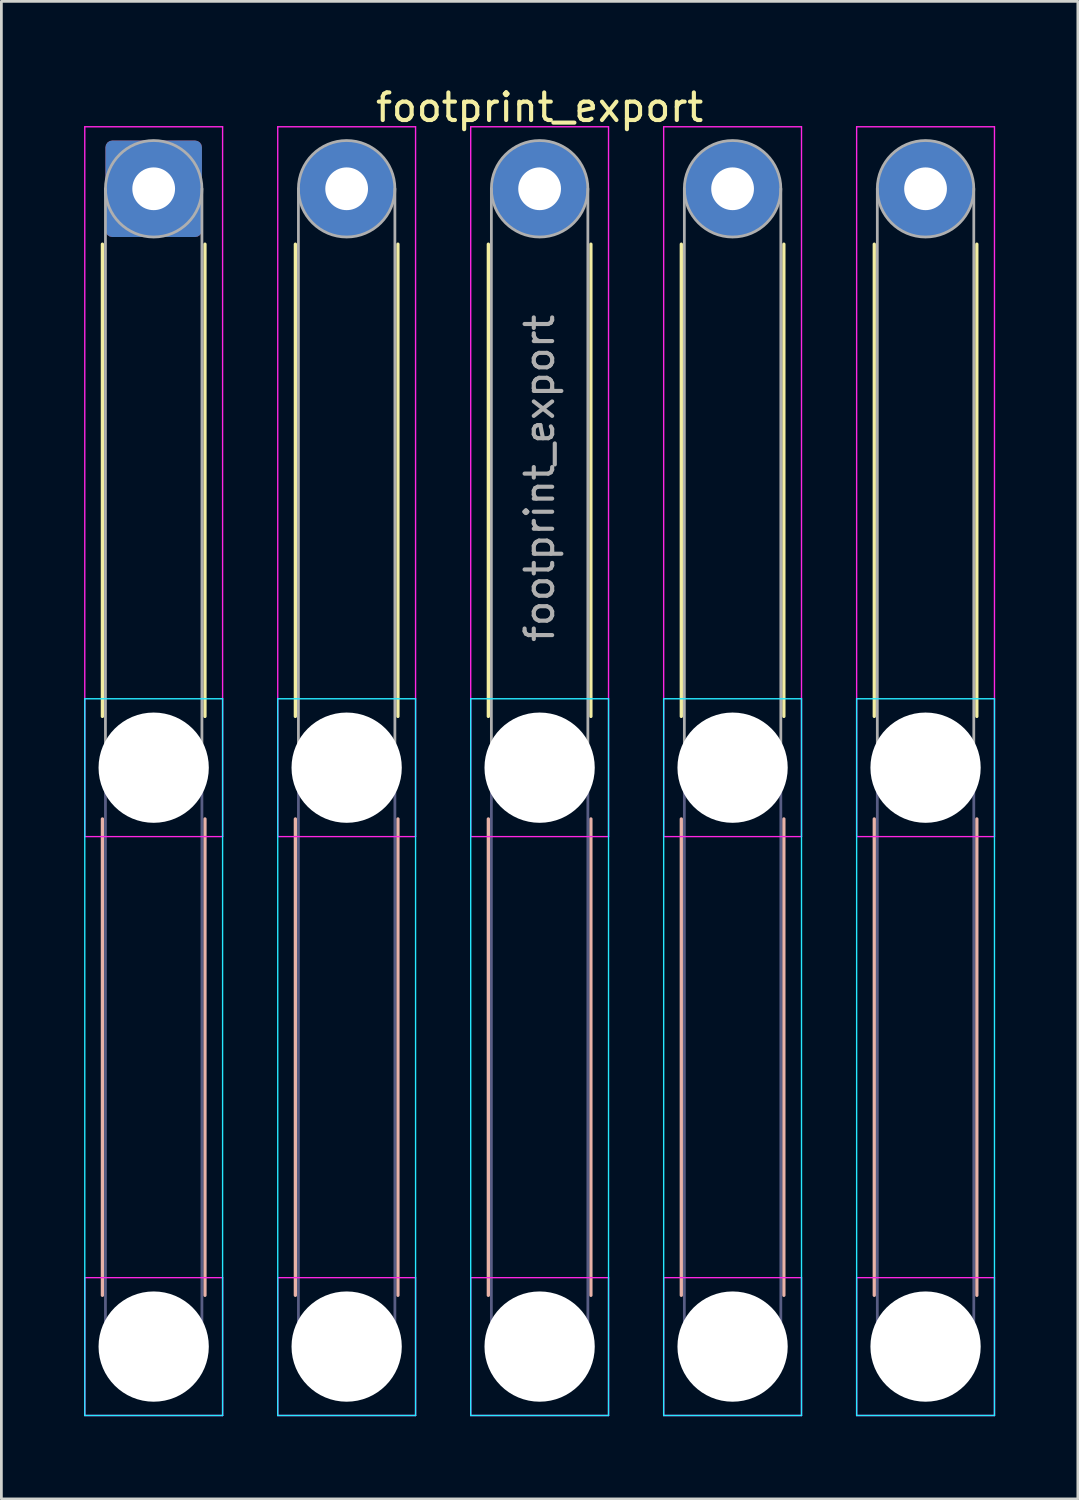
<source format=kicad_pcb>
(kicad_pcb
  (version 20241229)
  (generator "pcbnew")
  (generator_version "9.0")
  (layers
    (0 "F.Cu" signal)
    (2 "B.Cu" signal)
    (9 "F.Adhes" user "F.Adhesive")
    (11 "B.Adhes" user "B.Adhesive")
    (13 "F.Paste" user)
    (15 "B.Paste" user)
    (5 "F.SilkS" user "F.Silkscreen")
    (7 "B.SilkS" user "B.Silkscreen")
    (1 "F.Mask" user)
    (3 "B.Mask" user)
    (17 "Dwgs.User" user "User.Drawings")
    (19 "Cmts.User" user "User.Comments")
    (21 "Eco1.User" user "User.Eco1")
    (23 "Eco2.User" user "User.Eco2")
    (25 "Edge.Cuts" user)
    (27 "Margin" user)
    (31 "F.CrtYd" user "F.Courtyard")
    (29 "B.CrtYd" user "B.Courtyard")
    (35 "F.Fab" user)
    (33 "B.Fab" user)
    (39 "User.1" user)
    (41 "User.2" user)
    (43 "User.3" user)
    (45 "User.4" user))
  (footprint "footprint_export"
    (layer "F.Cu")
    (at 2.525 3.798)
    (property "Reference" "footprint_export" (at 14 -2.95 0) (layer "F.SilkS") (effects (font (size 1 1) (thickness 0.15))))
    (attr exclude_from_pos_files exclude_from_bom)
    (fp_line (start -1.86 2.01) (end -1.86 19.14) (stroke (width 0.12) (type solid)) (layer "F.SilkS"))
    (fp_line (start 1.86 2.01) (end 1.86 19.14) (stroke (width 0.12) (type solid)) (layer "F.SilkS"))
    (fp_line (start 5.14 2.01) (end 5.14 19.14) (stroke (width 0.12) (type solid)) (layer "F.SilkS"))
    (fp_line (start 8.86 2.01) (end 8.86 19.14) (stroke (width 0.12) (type solid)) (layer "F.SilkS"))
    (fp_line (start 12.14 2.01) (end 12.14 19.14) (stroke (width 0.12) (type solid)) (layer "F.SilkS"))
    (fp_line (start 15.86 2.01) (end 15.86 19.14) (stroke (width 0.12) (type solid)) (layer "F.SilkS"))
    (fp_line (start 19.14 2.01) (end 19.14 19.14) (stroke (width 0.12) (type solid)) (layer "F.SilkS"))
    (fp_line (start 22.86 2.01) (end 22.86 19.14) (stroke (width 0.12) (type solid)) (layer "F.SilkS"))
    (fp_line (start 26.14 2.01) (end 26.14 19.14) (stroke (width 0.12) (type solid)) (layer "F.SilkS"))
    (fp_line (start 29.86 2.01) (end 29.86 19.14) (stroke (width 0.12) (type solid)) (layer "F.SilkS"))
    (fp_line (start -1.86 22.86) (end -1.86 40.14) (stroke (width 0.12) (type solid)) (layer "B.SilkS"))
    (fp_line (start 1.86 22.86) (end 1.86 40.14) (stroke (width 0.12) (type solid)) (layer "B.SilkS"))
    (fp_line (start 5.14 22.86) (end 5.14 40.14) (stroke (width 0.12) (type solid)) (layer "B.SilkS"))
    (fp_line (start 8.86 22.86) (end 8.86 40.14) (stroke (width 0.12) (type solid)) (layer "B.SilkS"))
    (fp_line (start 12.14 22.86) (end 12.14 40.14) (stroke (width 0.12) (type solid)) (layer "B.SilkS"))
    (fp_line (start 15.86 22.86) (end 15.86 40.14) (stroke (width 0.12) (type solid)) (layer "B.SilkS"))
    (fp_line (start 19.14 22.86) (end 19.14 40.14) (stroke (width 0.12) (type solid)) (layer "B.SilkS"))
    (fp_line (start 22.86 22.86) (end 22.86 40.14) (stroke (width 0.12) (type solid)) (layer "B.SilkS"))
    (fp_line (start 26.14 22.86) (end 26.14 40.14) (stroke (width 0.12) (type solid)) (layer "B.SilkS"))
    (fp_line (start 29.86 22.86) (end 29.86 40.14) (stroke (width 0.12) (type solid)) (layer "B.SilkS"))
    (fp_line (start -2.5 18.5) (end -2.5 44.5) (stroke (width 0.05) (type solid)) (layer "B.CrtYd"))
    (fp_line (start -2.5 44.5) (end 2.5 44.5) (stroke (width 0.05) (type solid)) (layer "B.CrtYd"))
    (fp_line (start 2.5 18.5) (end -2.5 18.5) (stroke (width 0.05) (type solid)) (layer "B.CrtYd"))
    (fp_line (start 2.5 44.5) (end 2.5 18.5) (stroke (width 0.05) (type solid)) (layer "B.CrtYd"))
    (fp_line (start 4.5 18.5) (end 4.5 44.5) (stroke (width 0.05) (type solid)) (layer "B.CrtYd"))
    (fp_line (start 4.5 44.5) (end 9.5 44.5) (stroke (width 0.05) (type solid)) (layer "B.CrtYd"))
    (fp_line (start 9.5 18.5) (end 4.5 18.5) (stroke (width 0.05) (type solid)) (layer "B.CrtYd"))
    (fp_line (start 9.5 44.5) (end 9.5 18.5) (stroke (width 0.05) (type solid)) (layer "B.CrtYd"))
    (fp_line (start 11.5 18.5) (end 11.5 44.5) (stroke (width 0.05) (type solid)) (layer "B.CrtYd"))
    (fp_line (start 11.5 44.5) (end 16.5 44.5) (stroke (width 0.05) (type solid)) (layer "B.CrtYd"))
    (fp_line (start 16.5 18.5) (end 11.5 18.5) (stroke (width 0.05) (type solid)) (layer "B.CrtYd"))
    (fp_line (start 16.5 44.5) (end 16.5 18.5) (stroke (width 0.05) (type solid)) (layer "B.CrtYd"))
    (fp_line (start 18.5 18.5) (end 18.5 44.5) (stroke (width 0.05) (type solid)) (layer "B.CrtYd"))
    (fp_line (start 18.5 44.5) (end 23.5 44.5) (stroke (width 0.05) (type solid)) (layer "B.CrtYd"))
    (fp_line (start 23.5 18.5) (end 18.5 18.5) (stroke (width 0.05) (type solid)) (layer "B.CrtYd"))
    (fp_line (start 23.5 44.5) (end 23.5 18.5) (stroke (width 0.05) (type solid)) (layer "B.CrtYd"))
    (fp_line (start 25.5 18.5) (end 25.5 44.5) (stroke (width 0.05) (type solid)) (layer "B.CrtYd"))
    (fp_line (start 25.5 44.5) (end 30.5 44.5) (stroke (width 0.05) (type solid)) (layer "B.CrtYd"))
    (fp_line (start 30.5 18.5) (end 25.5 18.5) (stroke (width 0.05) (type solid)) (layer "B.CrtYd"))
    (fp_line (start 30.5 44.5) (end 30.5 18.5) (stroke (width 0.05) (type solid)) (layer "B.CrtYd"))
    (fp_line (start -2.5 -2.25) (end -2.5 23.5) (stroke (width 0.05) (type solid)) (layer "F.CrtYd"))
    (fp_line (start -2.5 23.5) (end 2.5 23.5) (stroke (width 0.05) (type solid)) (layer "F.CrtYd"))
    (fp_line (start -2.5 39.5) (end -2.5 44.5) (stroke (width 0.05) (type solid)) (layer "F.CrtYd"))
    (fp_line (start -2.5 44.5) (end 2.5 44.5) (stroke (width 0.05) (type solid)) (layer "F.CrtYd"))
    (fp_line (start 2.5 -2.25) (end -2.5 -2.25) (stroke (width 0.05) (type solid)) (layer "F.CrtYd"))
    (fp_line (start 2.5 23.5) (end 2.5 -2.25) (stroke (width 0.05) (type solid)) (layer "F.CrtYd"))
    (fp_line (start 2.5 39.5) (end -2.5 39.5) (stroke (width 0.05) (type solid)) (layer "F.CrtYd"))
    (fp_line (start 2.5 44.5) (end 2.5 39.5) (stroke (width 0.05) (type solid)) (layer "F.CrtYd"))
    (fp_line (start 4.5 -2.25) (end 4.5 23.5) (stroke (width 0.05) (type solid)) (layer "F.CrtYd"))
    (fp_line (start 4.5 23.5) (end 9.5 23.5) (stroke (width 0.05) (type solid)) (layer "F.CrtYd"))
    (fp_line (start 4.5 39.5) (end 4.5 44.5) (stroke (width 0.05) (type solid)) (layer "F.CrtYd"))
    (fp_line (start 4.5 44.5) (end 9.5 44.5) (stroke (width 0.05) (type solid)) (layer "F.CrtYd"))
    (fp_line (start 9.5 -2.25) (end 4.5 -2.25) (stroke (width 0.05) (type solid)) (layer "F.CrtYd"))
    (fp_line (start 9.5 23.5) (end 9.5 -2.25) (stroke (width 0.05) (type solid)) (layer "F.CrtYd"))
    (fp_line (start 9.5 39.5) (end 4.5 39.5) (stroke (width 0.05) (type solid)) (layer "F.CrtYd"))
    (fp_line (start 9.5 44.5) (end 9.5 39.5) (stroke (width 0.05) (type solid)) (layer "F.CrtYd"))
    (fp_line (start 11.5 -2.25) (end 11.5 23.5) (stroke (width 0.05) (type solid)) (layer "F.CrtYd"))
    (fp_line (start 11.5 23.5) (end 16.5 23.5) (stroke (width 0.05) (type solid)) (layer "F.CrtYd"))
    (fp_line (start 11.5 39.5) (end 11.5 44.5) (stroke (width 0.05) (type solid)) (layer "F.CrtYd"))
    (fp_line (start 11.5 44.5) (end 16.5 44.5) (stroke (width 0.05) (type solid)) (layer "F.CrtYd"))
    (fp_line (start 16.5 -2.25) (end 11.5 -2.25) (stroke (width 0.05) (type solid)) (layer "F.CrtYd"))
    (fp_line (start 16.5 23.5) (end 16.5 -2.25) (stroke (width 0.05) (type solid)) (layer "F.CrtYd"))
    (fp_line (start 16.5 39.5) (end 11.5 39.5) (stroke (width 0.05) (type solid)) (layer "F.CrtYd"))
    (fp_line (start 16.5 44.5) (end 16.5 39.5) (stroke (width 0.05) (type solid)) (layer "F.CrtYd"))
    (fp_line (start 18.5 -2.25) (end 18.5 23.5) (stroke (width 0.05) (type solid)) (layer "F.CrtYd"))
    (fp_line (start 18.5 23.5) (end 23.5 23.5) (stroke (width 0.05) (type solid)) (layer "F.CrtYd"))
    (fp_line (start 18.5 39.5) (end 18.5 44.5) (stroke (width 0.05) (type solid)) (layer "F.CrtYd"))
    (fp_line (start 18.5 44.5) (end 23.5 44.5) (stroke (width 0.05) (type solid)) (layer "F.CrtYd"))
    (fp_line (start 23.5 -2.25) (end 18.5 -2.25) (stroke (width 0.05) (type solid)) (layer "F.CrtYd"))
    (fp_line (start 23.5 23.5) (end 23.5 -2.25) (stroke (width 0.05) (type solid)) (layer "F.CrtYd"))
    (fp_line (start 23.5 39.5) (end 18.5 39.5) (stroke (width 0.05) (type solid)) (layer "F.CrtYd"))
    (fp_line (start 23.5 44.5) (end 23.5 39.5) (stroke (width 0.05) (type solid)) (layer "F.CrtYd"))
    (fp_line (start 25.5 -2.25) (end 25.5 23.5) (stroke (width 0.05) (type solid)) (layer "F.CrtYd"))
    (fp_line (start 25.5 23.5) (end 30.5 23.5) (stroke (width 0.05) (type solid)) (layer "F.CrtYd"))
    (fp_line (start 25.5 39.5) (end 25.5 44.5) (stroke (width 0.05) (type solid)) (layer "F.CrtYd"))
    (fp_line (start 25.5 44.5) (end 30.5 44.5) (stroke (width 0.05) (type solid)) (layer "F.CrtYd"))
    (fp_line (start 30.5 -2.25) (end 25.5 -2.25) (stroke (width 0.05) (type solid)) (layer "F.CrtYd"))
    (fp_line (start 30.5 23.5) (end 30.5 -2.25) (stroke (width 0.05) (type solid)) (layer "F.CrtYd"))
    (fp_line (start 30.5 39.5) (end 25.5 39.5) (stroke (width 0.05) (type solid)) (layer "F.CrtYd"))
    (fp_line (start 30.5 44.5) (end 30.5 39.5) (stroke (width 0.05) (type solid)) (layer "F.CrtYd"))
    (fp_line (start -1.75 21) (end -1.75 42) (stroke (width 0.1) (type solid)) (layer "B.Fab"))
    (fp_line (start 1.75 21) (end 1.75 42) (stroke (width 0.1) (type solid)) (layer "B.Fab"))
    (fp_line (start 5.25 21) (end 5.25 42) (stroke (width 0.1) (type solid)) (layer "B.Fab"))
    (fp_line (start 8.75 21) (end 8.75 42) (stroke (width 0.1) (type solid)) (layer "B.Fab"))
    (fp_line (start 12.25 21) (end 12.25 42) (stroke (width 0.1) (type solid)) (layer "B.Fab"))
    (fp_line (start 15.75 21) (end 15.75 42) (stroke (width 0.1) (type solid)) (layer "B.Fab"))
    (fp_line (start 19.25 21) (end 19.25 42) (stroke (width 0.1) (type solid)) (layer "B.Fab"))
    (fp_line (start 22.75 21) (end 22.75 42) (stroke (width 0.1) (type solid)) (layer "B.Fab"))
    (fp_line (start 26.25 21) (end 26.25 42) (stroke (width 0.1) (type solid)) (layer "B.Fab"))
    (fp_line (start 29.75 21) (end 29.75 42) (stroke (width 0.1) (type solid)) (layer "B.Fab"))
    (fp_circle (center 0 21) (end 1.75 21) (stroke (width 0.1) (type solid)) (fill no) (layer "B.Fab"))
    (fp_circle (center 0 42) (end 1.75 42) (stroke (width 0.1) (type solid)) (fill no) (layer "B.Fab"))
    (fp_circle (center 7 21) (end 8.75 21) (stroke (width 0.1) (type solid)) (fill no) (layer "B.Fab"))
    (fp_circle (center 7 42) (end 8.75 42) (stroke (width 0.1) (type solid)) (fill no) (layer "B.Fab"))
    (fp_circle (center 14 21) (end 15.75 21) (stroke (width 0.1) (type solid)) (fill no) (layer "B.Fab"))
    (fp_circle (center 14 42) (end 15.75 42) (stroke (width 0.1) (type solid)) (fill no) (layer "B.Fab"))
    (fp_circle (center 21 21) (end 22.75 21) (stroke (width 0.1) (type solid)) (fill no) (layer "B.Fab"))
    (fp_circle (center 21 42) (end 22.75 42) (stroke (width 0.1) (type solid)) (fill no) (layer "B.Fab"))
    (fp_circle (center 28 21) (end 29.75 21) (stroke (width 0.1) (type solid)) (fill no) (layer "B.Fab"))
    (fp_circle (center 28 42) (end 29.75 42) (stroke (width 0.1) (type solid)) (fill no) (layer "B.Fab"))
    (fp_line (start -1.75 0) (end -1.75 21) (stroke (width 0.1) (type solid)) (layer "F.Fab"))
    (fp_line (start 1.75 0) (end 1.75 21) (stroke (width 0.1) (type solid)) (layer "F.Fab"))
    (fp_line (start 5.25 0) (end 5.25 21) (stroke (width 0.1) (type solid)) (layer "F.Fab"))
    (fp_line (start 8.75 0) (end 8.75 21) (stroke (width 0.1) (type solid)) (layer "F.Fab"))
    (fp_line (start 12.25 0) (end 12.25 21) (stroke (width 0.1) (type solid)) (layer "F.Fab"))
    (fp_line (start 15.75 0) (end 15.75 21) (stroke (width 0.1) (type solid)) (layer "F.Fab"))
    (fp_line (start 19.25 0) (end 19.25 21) (stroke (width 0.1) (type solid)) (layer "F.Fab"))
    (fp_line (start 22.75 0) (end 22.75 21) (stroke (width 0.1) (type solid)) (layer "F.Fab"))
    (fp_line (start 26.25 0) (end 26.25 21) (stroke (width 0.1) (type solid)) (layer "F.Fab"))
    (fp_line (start 29.75 0) (end 29.75 21) (stroke (width 0.1) (type solid)) (layer "F.Fab"))
    (fp_circle (center 0 0) (end 1.75 0) (stroke (width 0.1) (type solid)) (fill no) (layer "F.Fab"))
    (fp_circle (center 0 21) (end 1.75 21) (stroke (width 0.1) (type solid)) (fill no) (layer "F.Fab"))
    (fp_circle (center 0 42) (end 1.75 42) (stroke (width 0.1) (type solid)) (fill no) (layer "F.Fab"))
    (fp_circle (center 7 0) (end 8.75 0) (stroke (width 0.1) (type solid)) (fill no) (layer "F.Fab"))
    (fp_circle (center 7 21) (end 8.75 21) (stroke (width 0.1) (type solid)) (fill no) (layer "F.Fab"))
    (fp_circle (center 7 42) (end 8.75 42) (stroke (width 0.1) (type solid)) (fill no) (layer "F.Fab"))
    (fp_circle (center 14 0) (end 15.75 0) (stroke (width 0.1) (type solid)) (fill no) (layer "F.Fab"))
    (fp_circle (center 14 21) (end 15.75 21) (stroke (width 0.1) (type solid)) (fill no) (layer "F.Fab"))
    (fp_circle (center 14 42) (end 15.75 42) (stroke (width 0.1) (type solid)) (fill no) (layer "F.Fab"))
    (fp_circle (center 21 0) (end 22.75 0) (stroke (width 0.1) (type solid)) (fill no) (layer "F.Fab"))
    (fp_circle (center 21 21) (end 22.75 21) (stroke (width 0.1) (type solid)) (fill no) (layer "F.Fab"))
    (fp_circle (center 21 42) (end 22.75 42) (stroke (width 0.1) (type solid)) (fill no) (layer "F.Fab"))
    (fp_circle (center 28 0) (end 29.75 0) (stroke (width 0.1) (type solid)) (fill no) (layer "F.Fab"))
    (fp_circle (center 28 21) (end 29.75 21) (stroke (width 0.1) (type solid)) (fill no) (layer "F.Fab"))
    (fp_circle (center 28 42) (end 29.75 42) (stroke (width 0.1) (type solid)) (fill no) (layer "F.Fab"))
    (fp_text user "${REFERENCE}" (at 14 10.5 90) (layer "F.Fab") (effects (font (size 1 1) (thickness 0.15))))
    (pad "" np_thru_hole circle (at 0 21) (size 4 4) (drill 4) (layers "*.Cu" "*.Mask"))
    (pad "" np_thru_hole circle (at 0 42) (size 4 4) (drill 4) (layers "*.Cu" "*.Mask"))
    (pad "" np_thru_hole circle (at 7 21) (size 4 4) (drill 4) (layers "*.Cu" "*.Mask"))
    (pad "" np_thru_hole circle (at 7 42) (size 4 4) (drill 4) (layers "*.Cu" "*.Mask"))
    (pad "" np_thru_hole circle (at 14 21) (size 4 4) (drill 4) (layers "*.Cu" "*.Mask"))
    (pad "" np_thru_hole circle (at 14 42) (size 4 4) (drill 4) (layers "*.Cu" "*.Mask"))
    (pad "" np_thru_hole circle (at 21 21) (size 4 4) (drill 4) (layers "*.Cu" "*.Mask"))
    (pad "" np_thru_hole circle (at 21 42) (size 4 4) (drill 4) (layers "*.Cu" "*.Mask"))
    (pad "" np_thru_hole circle (at 28 21) (size 4 4) (drill 4) (layers "*.Cu" "*.Mask"))
    (pad "" np_thru_hole circle (at 28 42) (size 4 4) (drill 4) (layers "*.Cu" "*.Mask"))
    (pad "1" thru_hole roundrect (at 0 0) (size 3.5 3.5) (drill 1.55) (layers "*.Cu" "*.Mask") (roundrect_rratio 0.071))
    (pad "2" thru_hole circle (at 7 0) (size 3.5 3.5) (drill 1.55) (layers "*.Cu" "*.Mask"))
    (pad "3" thru_hole circle (at 14 0) (size 3.5 3.5) (drill 1.55) (layers "*.Cu" "*.Mask"))
    (pad "4" thru_hole circle (at 21 0) (size 3.5 3.5) (drill 1.55) (layers "*.Cu" "*.Mask"))
    (pad "5" thru_hole circle (at 28 0) (size 3.5 3.5) (drill 1.55) (layers "*.Cu" "*.Mask")))
  (gr_rect
    (start -3 -3)
    (end 36.05 51.323)
    (stroke (width 0.1) (type default))
    (fill no)
    (layer "Edge.Cuts")))
</source>
